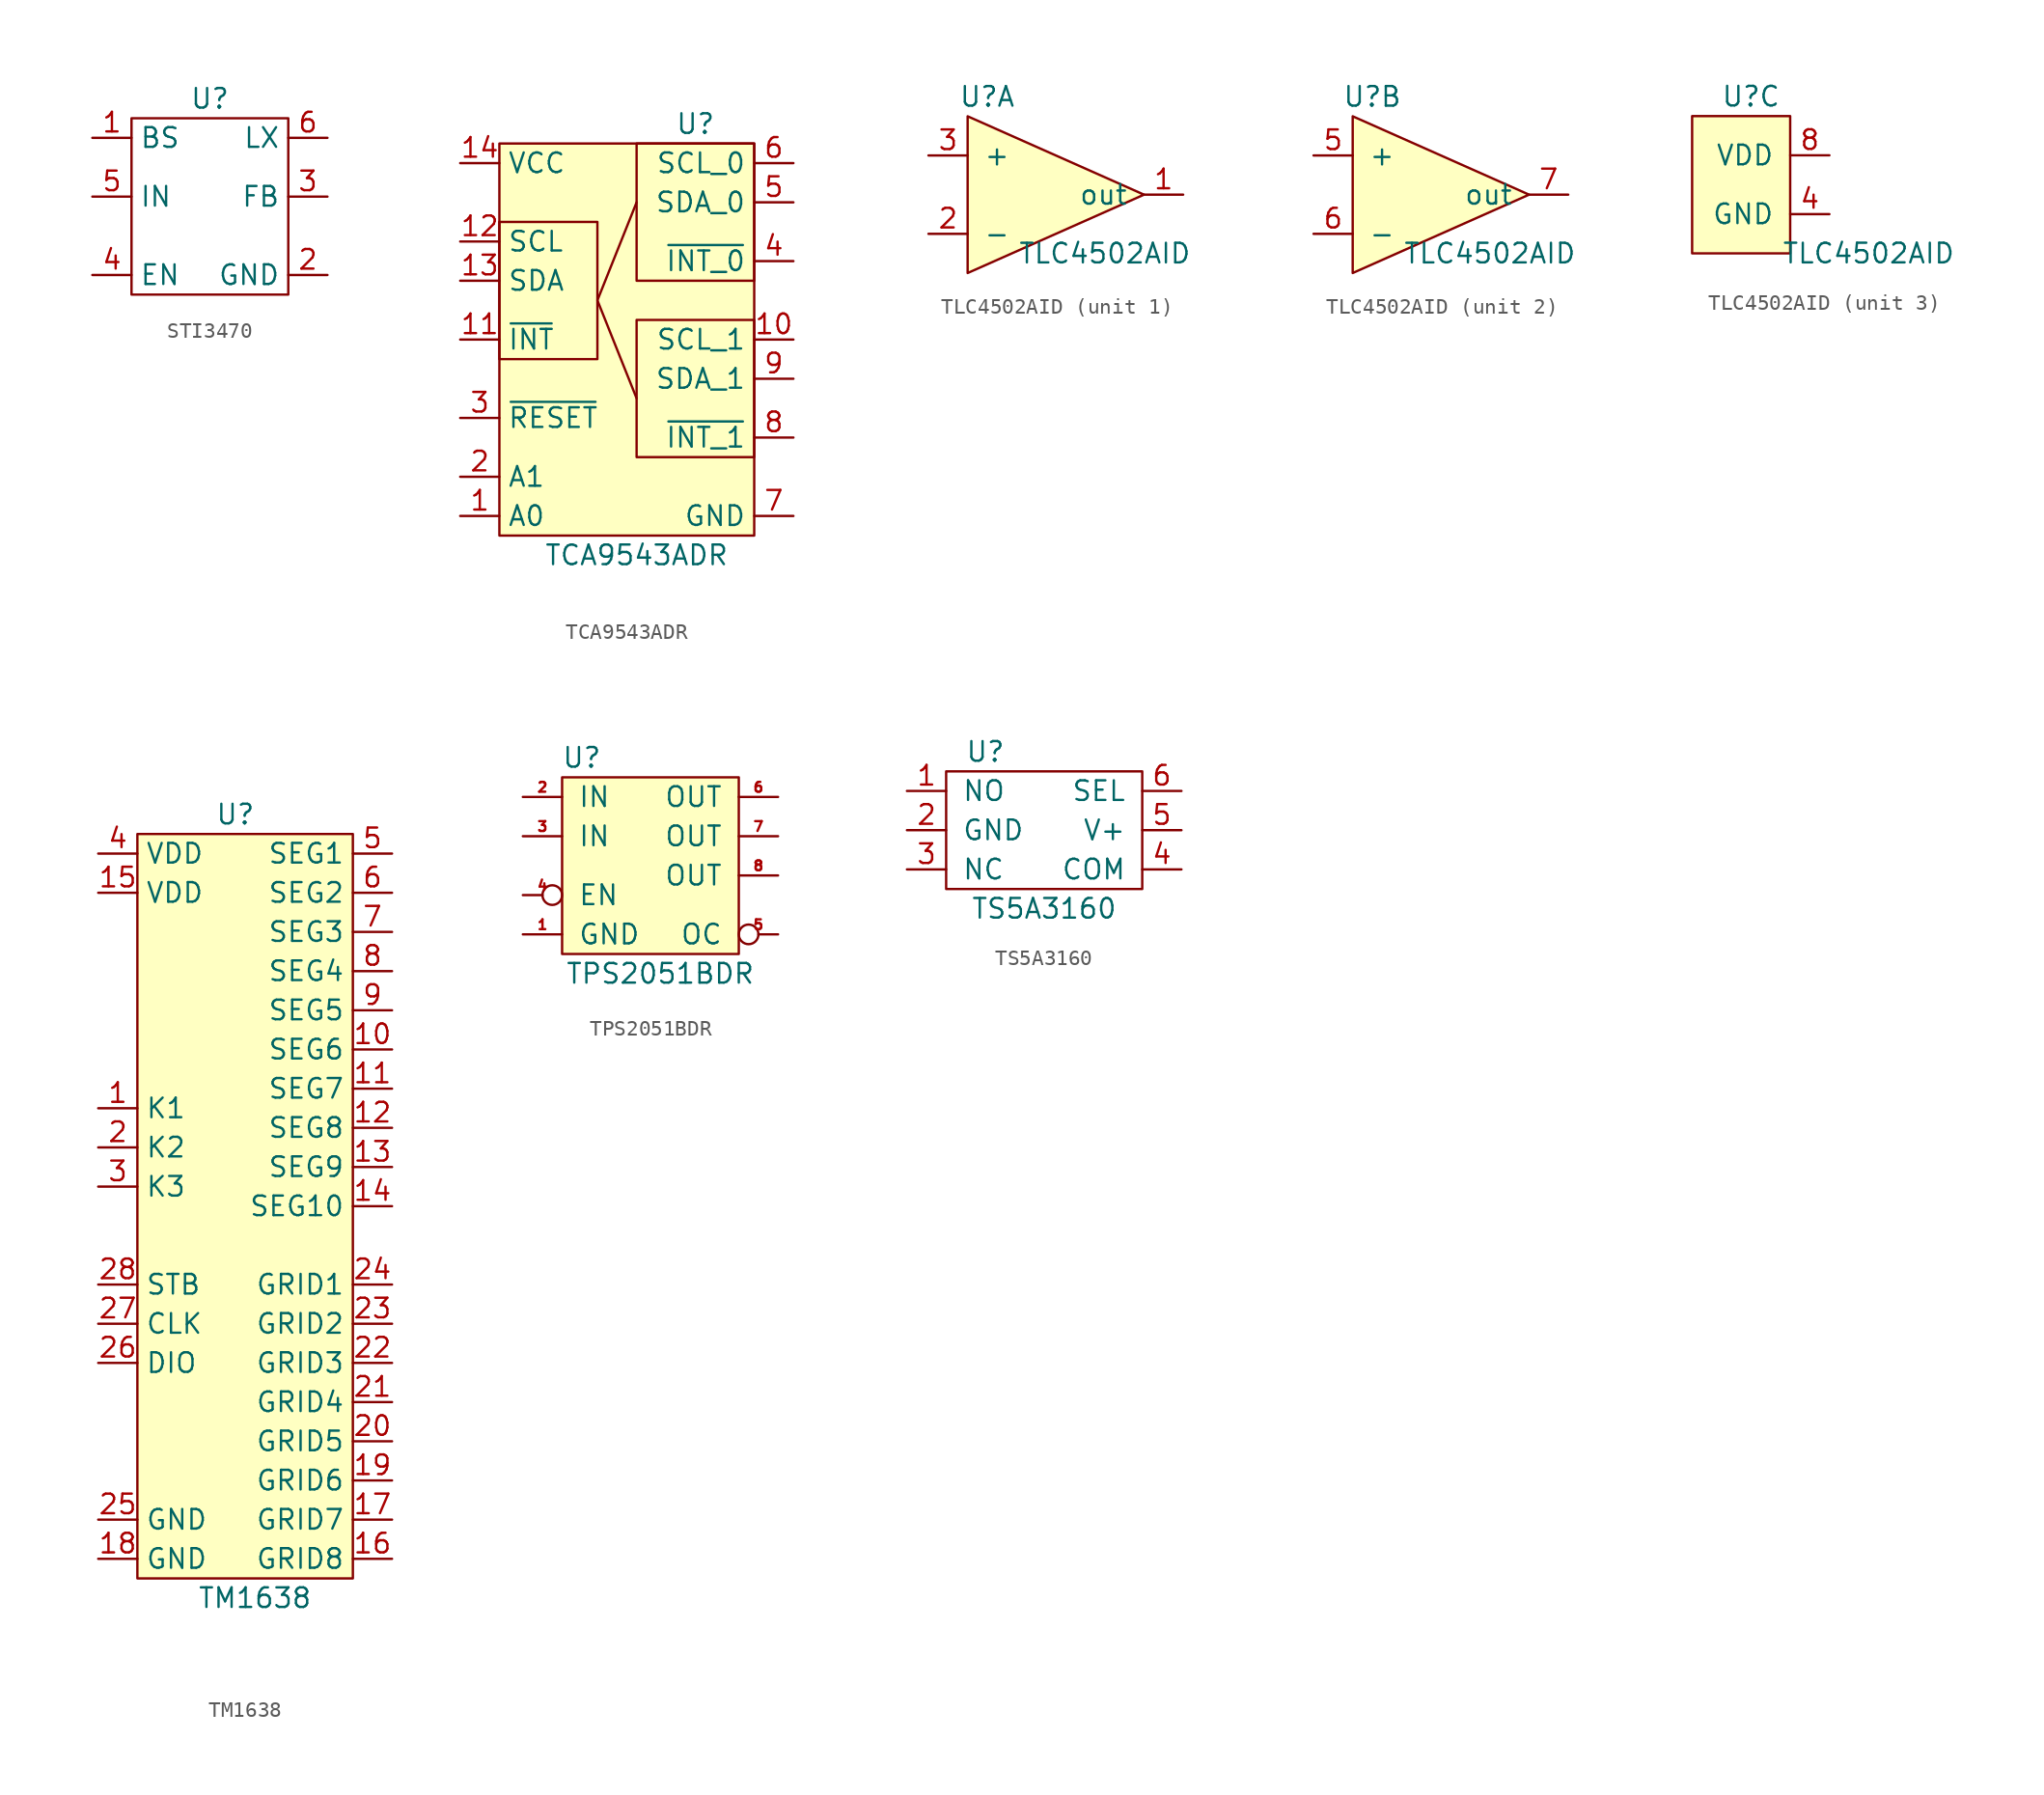
<source format=kicad_sym>
(kicad_symbol_lib
  (version 20231120)
  (generator "kicad_symbol_editor")
  (generator_version "8.0")
  (symbol "STI3470"
    (property "Reference" "U"
      (at 0 0 0)
      (effects (font (size 1.27 1.27))))
    (property "Value" ""
      (at 0 0 0)
      (effects (font (size 1.27 1.27))))
    (symbol "STI3470_0_1"
      (rectangle (start -5.08 -1.27) (end 5.08 -12.7) (stroke (width 0) (type default)) (fill (type none))))
    (symbol "STI3470_1_0"
      (pin passive line (at -7.62 -2.54 0) (length 2.54) (name "BS" (effects (font (size 1.27 1.27)))) (number "1" (effects (font (size 1.27 1.27)))))
      (pin passive line (at 7.62 -11.43 180) (length 2.54) (name "GND" (effects (font (size 1.27 1.27)))) (number "2" (effects (font (size 1.27 1.27)))))
      (pin passive line (at 7.62 -6.35 180) (length 2.54) (name "FB" (effects (font (size 1.27 1.27)))) (number "3" (effects (font (size 1.27 1.27)))))
      (pin passive line (at -7.62 -11.43 0) (length 2.54) (name "EN" (effects (font (size 1.27 1.27)))) (number "4" (effects (font (size 1.27 1.27)))))
      (pin passive line (at -7.62 -6.35 0) (length 2.54) (name "IN" (effects (font (size 1.27 1.27)))) (number "5" (effects (font (size 1.27 1.27)))))
      (pin passive line (at 7.62 -2.54 180) (length 2.54) (name "LX" (effects (font (size 1.27 1.27)))) (number "6" (effects (font (size 1.27 1.27)))))))
  (symbol "TCA9543ADR"
    (property "Reference" "U"
      (at 3.81 13.97 0)
      (effects (font (size 1.27 1.27))))
    (property "Value" "TCA9543ADR"
      (at 0 -13.97 0)
      (effects (font (size 1.27 1.27))))
    (symbol "TCA9543ADR_0_1"
      (rectangle (start -8.89 7.62) (end -2.54 -1.27) (stroke (width 0.152) (type default)) (fill (type none)))
      (rectangle (start -8.89 12.7) (end 7.62 -12.7) (stroke (width 0.152) (type default)) (fill (type background)))
      (polyline (pts (xy 0 8.89) (xy -2.54 2.54) (xy 0 -3.81)) (stroke (width 0.152) (type default)) (fill (type none)))
      (rectangle (start 0 12.7) (end 7.62 3.81) (stroke (width 0.152) (type default)) (fill (type none)))
      (rectangle (start 7.62 1.27) (end 0 -7.62) (stroke (width 0.152) (type default)) (fill (type none))))
    (symbol "TCA9543ADR_1_1"
      (pin input line (at -11.43 -11.43 0) (length 2.54) (name "A0" (effects (font (size 1.27 1.27)))) (number "1" (effects (font (size 1.27 1.27)))))
      (pin bidirectional line (at 10.16 0 180) (length 2.54) (name "SCL_1" (effects (font (size 1.27 1.27)))) (number "10" (effects (font (size 1.27 1.27)))))
      (pin open_collector line (at -11.43 0 0) (length 2.54) (name "~{INT}" (effects (font (size 1.27 1.27)))) (number "11" (effects (font (size 1.27 1.27)))))
      (pin bidirectional line (at -11.43 6.35 0) (length 2.54) (name "SCL" (effects (font (size 1.27 1.27)))) (number "12" (effects (font (size 1.27 1.27)))))
      (pin bidirectional line (at -11.43 3.81 0) (length 2.54) (name "SDA" (effects (font (size 1.27 1.27)))) (number "13" (effects (font (size 1.27 1.27)))))
      (pin power_in line (at -11.43 11.43 0) (length 2.54) (name "VCC" (effects (font (size 1.27 1.27)))) (number "14" (effects (font (size 1.27 1.27)))))
      (pin input line (at -11.43 -8.89 0) (length 2.54) (name "A1" (effects (font (size 1.27 1.27)))) (number "2" (effects (font (size 1.27 1.27)))))
      (pin input line (at -11.43 -5.08 0) (length 2.54) (name "~{RESET}" (effects (font (size 1.27 1.27)))) (number "3" (effects (font (size 1.27 1.27)))))
      (pin input line (at 10.16 5.08 180) (length 2.54) (name "~{INT_0}" (effects (font (size 1.27 1.27)))) (number "4" (effects (font (size 1.27 1.27)))))
      (pin bidirectional line (at 10.16 8.89 180) (length 2.54) (name "SDA_0" (effects (font (size 1.27 1.27)))) (number "5" (effects (font (size 1.27 1.27)))))
      (pin bidirectional line (at 10.16 11.43 180) (length 2.54) (name "SCL_0" (effects (font (size 1.27 1.27)))) (number "6" (effects (font (size 1.27 1.27)))))
      (pin passive line (at 10.16 -11.43 180) (length 2.54) (name "GND" (effects (font (size 1.27 1.27)))) (number "7" (effects (font (size 1.27 1.27)))))
      (pin input line (at 10.16 -6.35 180) (length 2.54) (name "~{INT_1}" (effects (font (size 1.27 1.27)))) (number "8" (effects (font (size 1.27 1.27)))))
      (pin bidirectional line (at 10.16 -2.54 180) (length 2.54) (name "SDA_1" (effects (font (size 1.27 1.27)))) (number "9" (effects (font (size 1.27 1.27)))))))
  (symbol "TLC4502AID"
    (pin_names
      (offset 1.016))
    (property "Reference" "U"
      (at -1.27 -1.27 0)
      (effects (font (size 1.27 1.27))))
    (property "Value" "TLC4502AID"
      (at 6.35 -11.43 0)
      (effects (font (size 1.27 1.27))))
    (property "ki_locked" ""
      (at 0 0 0)
      (effects (font (size 1.27 1.27))))
    (symbol "TLC4502AID_1_1"
      (polyline (pts (xy -2.54 -2.54) (xy -2.54 -12.7) (xy 8.89 -7.62) (xy -2.54 -2.54)) (stroke (width 0) (type default)) (fill (type background)))
      (pin output line (at 11.43 -7.62 180) (length 2.54) (name "out" (effects (font (size 1.27 1.27)))) (number "1" (effects (font (size 1.27 1.27)))))
      (pin input line (at -5.08 -10.16 0) (length 2.54) (name "-" (effects (font (size 1.27 1.27)))) (number "2" (effects (font (size 1.27 1.27)))))
      (pin input line (at -5.08 -5.08 0) (length 2.54) (name "+" (effects (font (size 1.27 1.27)))) (number "3" (effects (font (size 1.27 1.27))))))
    (symbol "TLC4502AID_2_1"
      (polyline (pts (xy -2.54 -2.54) (xy -2.54 -12.7) (xy 8.89 -7.62) (xy -2.54 -2.54)) (stroke (width 0) (type default)) (fill (type background)))
      (pin input line (at -5.08 -5.08 0) (length 2.54) (name "+" (effects (font (size 1.27 1.27)))) (number "5" (effects (font (size 1.27 1.27)))))
      (pin input line (at -5.08 -10.16 0) (length 2.54) (name "-" (effects (font (size 1.27 1.27)))) (number "6" (effects (font (size 1.27 1.27)))))
      (pin output line (at 11.43 -7.62 180) (length 2.54) (name "out" (effects (font (size 1.27 1.27)))) (number "7" (effects (font (size 1.27 1.27))))))
    (symbol "TLC4502AID_3_1"
      (rectangle (start -5.08 -2.54) (end 1.27 -11.43) (stroke (width 0) (type default)) (fill (type background)))
      (pin passive line (at 3.81 -8.89 180) (length 2.54) (name "GND" (effects (font (size 1.27 1.27)))) (number "4" (effects (font (size 1.27 1.27)))))
      (pin power_in line (at 3.81 -5.08 180) (length 2.54) (name "VDD" (effects (font (size 1.27 1.27)))) (number "8" (effects (font (size 1.27 1.27)))))))
  (symbol "TM1638"
    (property "Reference" "U"
      (at 0 -1.27 0)
      (effects (font (size 1.27 1.27))))
    (property "Value" "TM1638"
      (at 1.27 -52.07 0)
      (effects (font (size 1.27 1.27))))
    (symbol "TM1638_1_0"
      (pin bidirectional line (at -8.89 -20.32 0) (length 2.54) (name "K1" (effects (font (size 1.27 1.27)))) (number "1" (effects (font (size 1.27 1.27)))))
      (pin open_emitter line (at 10.16 -16.51 180) (length 2.54) (name "SEG6" (effects (font (size 1.27 1.27)))) (number "10" (effects (font (size 1.27 1.27)))))
      (pin open_emitter line (at 10.16 -19.05 180) (length 2.54) (name "SEG7" (effects (font (size 1.27 1.27)))) (number "11" (effects (font (size 1.27 1.27)))))
      (pin open_emitter line (at 10.16 -21.59 180) (length 2.54) (name "SEG8" (effects (font (size 1.27 1.27)))) (number "12" (effects (font (size 1.27 1.27)))))
      (pin open_emitter line (at 10.16 -24.13 180) (length 2.54) (name "SEG9" (effects (font (size 1.27 1.27)))) (number "13" (effects (font (size 1.27 1.27)))))
      (pin open_emitter line (at 10.16 -26.67 180) (length 2.54) (name "SEG10" (effects (font (size 1.27 1.27)))) (number "14" (effects (font (size 1.27 1.27)))))
      (pin power_in line (at -8.89 -6.35 0) (length 2.54) (name "VDD" (effects (font (size 1.27 1.27)))) (number "15" (effects (font (size 1.27 1.27)))))
      (pin open_collector line (at 10.16 -49.53 180) (length 2.54) (name "GRID8" (effects (font (size 1.27 1.27)))) (number "16" (effects (font (size 1.27 1.27)))))
      (pin open_collector line (at 10.16 -46.99 180) (length 2.54) (name "GRID7" (effects (font (size 1.27 1.27)))) (number "17" (effects (font (size 1.27 1.27)))))
      (pin passive line (at -8.89 -49.53 0) (length 2.54) (name "GND" (effects (font (size 1.27 1.27)))) (number "18" (effects (font (size 1.27 1.27)))))
      (pin open_collector line (at 10.16 -44.45 180) (length 2.54) (name "GRID6" (effects (font (size 1.27 1.27)))) (number "19" (effects (font (size 1.27 1.27)))))
      (pin bidirectional line (at -8.89 -22.86 0) (length 2.54) (name "K2" (effects (font (size 1.27 1.27)))) (number "2" (effects (font (size 1.27 1.27)))))
      (pin open_collector line (at 10.16 -41.91 180) (length 2.54) (name "GRID5" (effects (font (size 1.27 1.27)))) (number "20" (effects (font (size 1.27 1.27)))))
      (pin open_collector line (at 10.16 -39.37 180) (length 2.54) (name "GRID4" (effects (font (size 1.27 1.27)))) (number "21" (effects (font (size 1.27 1.27)))))
      (pin open_collector line (at 10.16 -36.83 180) (length 2.54) (name "GRID3" (effects (font (size 1.27 1.27)))) (number "22" (effects (font (size 1.27 1.27)))))
      (pin open_collector line (at 10.16 -34.29 180) (length 2.54) (name "GRID2" (effects (font (size 1.27 1.27)))) (number "23" (effects (font (size 1.27 1.27)))))
      (pin open_collector line (at 10.16 -31.75 180) (length 2.54) (name "GRID1" (effects (font (size 1.27 1.27)))) (number "24" (effects (font (size 1.27 1.27)))))
      (pin passive line (at -8.89 -46.99 0) (length 2.54) (name "GND" (effects (font (size 1.27 1.27)))) (number "25" (effects (font (size 1.27 1.27)))))
      (pin bidirectional line (at -8.89 -36.83 0) (length 2.54) (name "DIO" (effects (font (size 1.27 1.27)))) (number "26" (effects (font (size 1.27 1.27)))))
      (pin input line (at -8.89 -34.29 0) (length 2.54) (name "CLK" (effects (font (size 1.27 1.27)))) (number "27" (effects (font (size 1.27 1.27)))))
      (pin input line (at -8.89 -31.75 0) (length 2.54) (name "STB" (effects (font (size 1.27 1.27)))) (number "28" (effects (font (size 1.27 1.27)))))
      (pin bidirectional line (at -8.89 -25.4 0) (length 2.54) (name "K3" (effects (font (size 1.27 1.27)))) (number "3" (effects (font (size 1.27 1.27)))))
      (pin power_in line (at -8.89 -3.81 0) (length 2.54) (name "VDD" (effects (font (size 1.27 1.27)))) (number "4" (effects (font (size 1.27 1.27)))))
      (pin open_emitter line (at 10.16 -3.81 180) (length 2.54) (name "SEG1" (effects (font (size 1.27 1.27)))) (number "5" (effects (font (size 1.27 1.27)))))
      (pin open_emitter line (at 10.16 -6.35 180) (length 2.54) (name "SEG2" (effects (font (size 1.27 1.27)))) (number "6" (effects (font (size 1.27 1.27)))))
      (pin open_emitter line (at 10.16 -8.89 180) (length 2.54) (name "SEG3" (effects (font (size 1.27 1.27)))) (number "7" (effects (font (size 1.27 1.27)))))
      (pin open_emitter line (at 10.16 -11.43 180) (length 2.54) (name "SEG4" (effects (font (size 1.27 1.27)))) (number "8" (effects (font (size 1.27 1.27)))))
      (pin open_emitter line (at 10.16 -13.97 180) (length 2.54) (name "SEG5" (effects (font (size 1.27 1.27)))) (number "9" (effects (font (size 1.27 1.27))))))
    (symbol "TM1638_1_1"
      (rectangle (start -6.35 -2.54) (end 7.62 -50.8) (stroke (width 0) (type default)) (fill (type background)))))
  (symbol "TPS2051BDR"
    (pin_names
      (offset 1.016))
    (property "Reference" "U"
      (at -6.35 -2.54 0)
      (effects (font (size 1.27 1.27))))
    (property "Value" "TPS2051BDR"
      (at -1.27 -16.51 0)
      (effects (font (size 1.27 1.27))))
    (symbol "TPS2051BDR_0_0"
      (pin passive line (at -10.16 -13.97 0) (length 2.54) (name "GND" (effects (font (size 1.27 1.27)))) (number "1" (effects (font (size 0.635 0.635)))))
      (pin input line (at -10.16 -5.08 0) (length 2.54) (name "IN" (effects (font (size 1.27 1.27)))) (number "2" (effects (font (size 0.635 0.635)))))
      (pin input line (at -10.16 -7.62 0) (length 2.54) (name "IN" (effects (font (size 1.27 1.27)))) (number "3" (effects (font (size 0.635 0.635)))))
      (pin input inverted (at -10.16 -11.43 0) (length 2.54) (name "EN" (effects (font (size 1.27 1.27)))) (number "4" (effects (font (size 0.635 0.635)))))
      (pin output inverted (at 6.35 -13.97 180) (length 2.54) (name "OC" (effects (font (size 1.27 1.27)))) (number "5" (effects (font (size 0.635 0.635)))))
      (pin output line (at 6.35 -5.08 180) (length 2.54) (name "OUT" (effects (font (size 1.27 1.27)))) (number "6" (effects (font (size 0.635 0.635)))))
      (pin output line (at 6.35 -7.62 180) (length 2.54) (name "OUT" (effects (font (size 1.27 1.27)))) (number "7" (effects (font (size 0.635 0.635)))))
      (pin output line (at 6.35 -10.16 180) (length 2.54) (name "OUT" (effects (font (size 1.27 1.27)))) (number "8" (effects (font (size 0.635 0.635))))))
    (symbol "TPS2051BDR_0_1"
      (rectangle (start -7.62 -3.81) (end 3.81 -15.24) (stroke (width 0) (type default)) (fill (type background)))))
  (symbol "TS5A3160"
    (pin_names
      (offset 1.016))
    (property "Reference" "U"
      (at -3.81 -1.27 0)
      (effects (font (size 1.27 1.27))))
    (property "Value" "TS5A3160"
      (at 0 -11.43 0)
      (effects (font (size 1.27 1.27))))
    (symbol "TS5A3160_0_1"
      (rectangle (start -6.35 -2.54) (end 6.35 -10.16) (stroke (width 0) (type default)) (fill (type none))))
    (symbol "TS5A3160_1_1"
      (pin passive line (at -8.89 -3.81 0) (length 2.54) (name "NO" (effects (font (size 1.27 1.27)))) (number "1" (effects (font (size 1.27 1.27)))))
      (pin passive line (at -8.89 -6.35 0) (length 2.54) (name "GND" (effects (font (size 1.27 1.27)))) (number "2" (effects (font (size 1.27 1.27)))))
      (pin passive line (at -8.89 -8.89 0) (length 2.54) (name "NC" (effects (font (size 1.27 1.27)))) (number "3" (effects (font (size 1.27 1.27)))))
      (pin passive line (at 8.89 -8.89 180) (length 2.54) (name "COM" (effects (font (size 1.27 1.27)))) (number "4" (effects (font (size 1.27 1.27)))))
      (pin power_in line (at 8.89 -6.35 180) (length 2.54) (name "V+" (effects (font (size 1.27 1.27)))) (number "5" (effects (font (size 1.27 1.27)))))
      (pin input line (at 8.89 -3.81 180) (length 2.54) (name "SEL" (effects (font (size 1.27 1.27)))) (number "6" (effects (font (size 1.27 1.27))))))))
</source>
